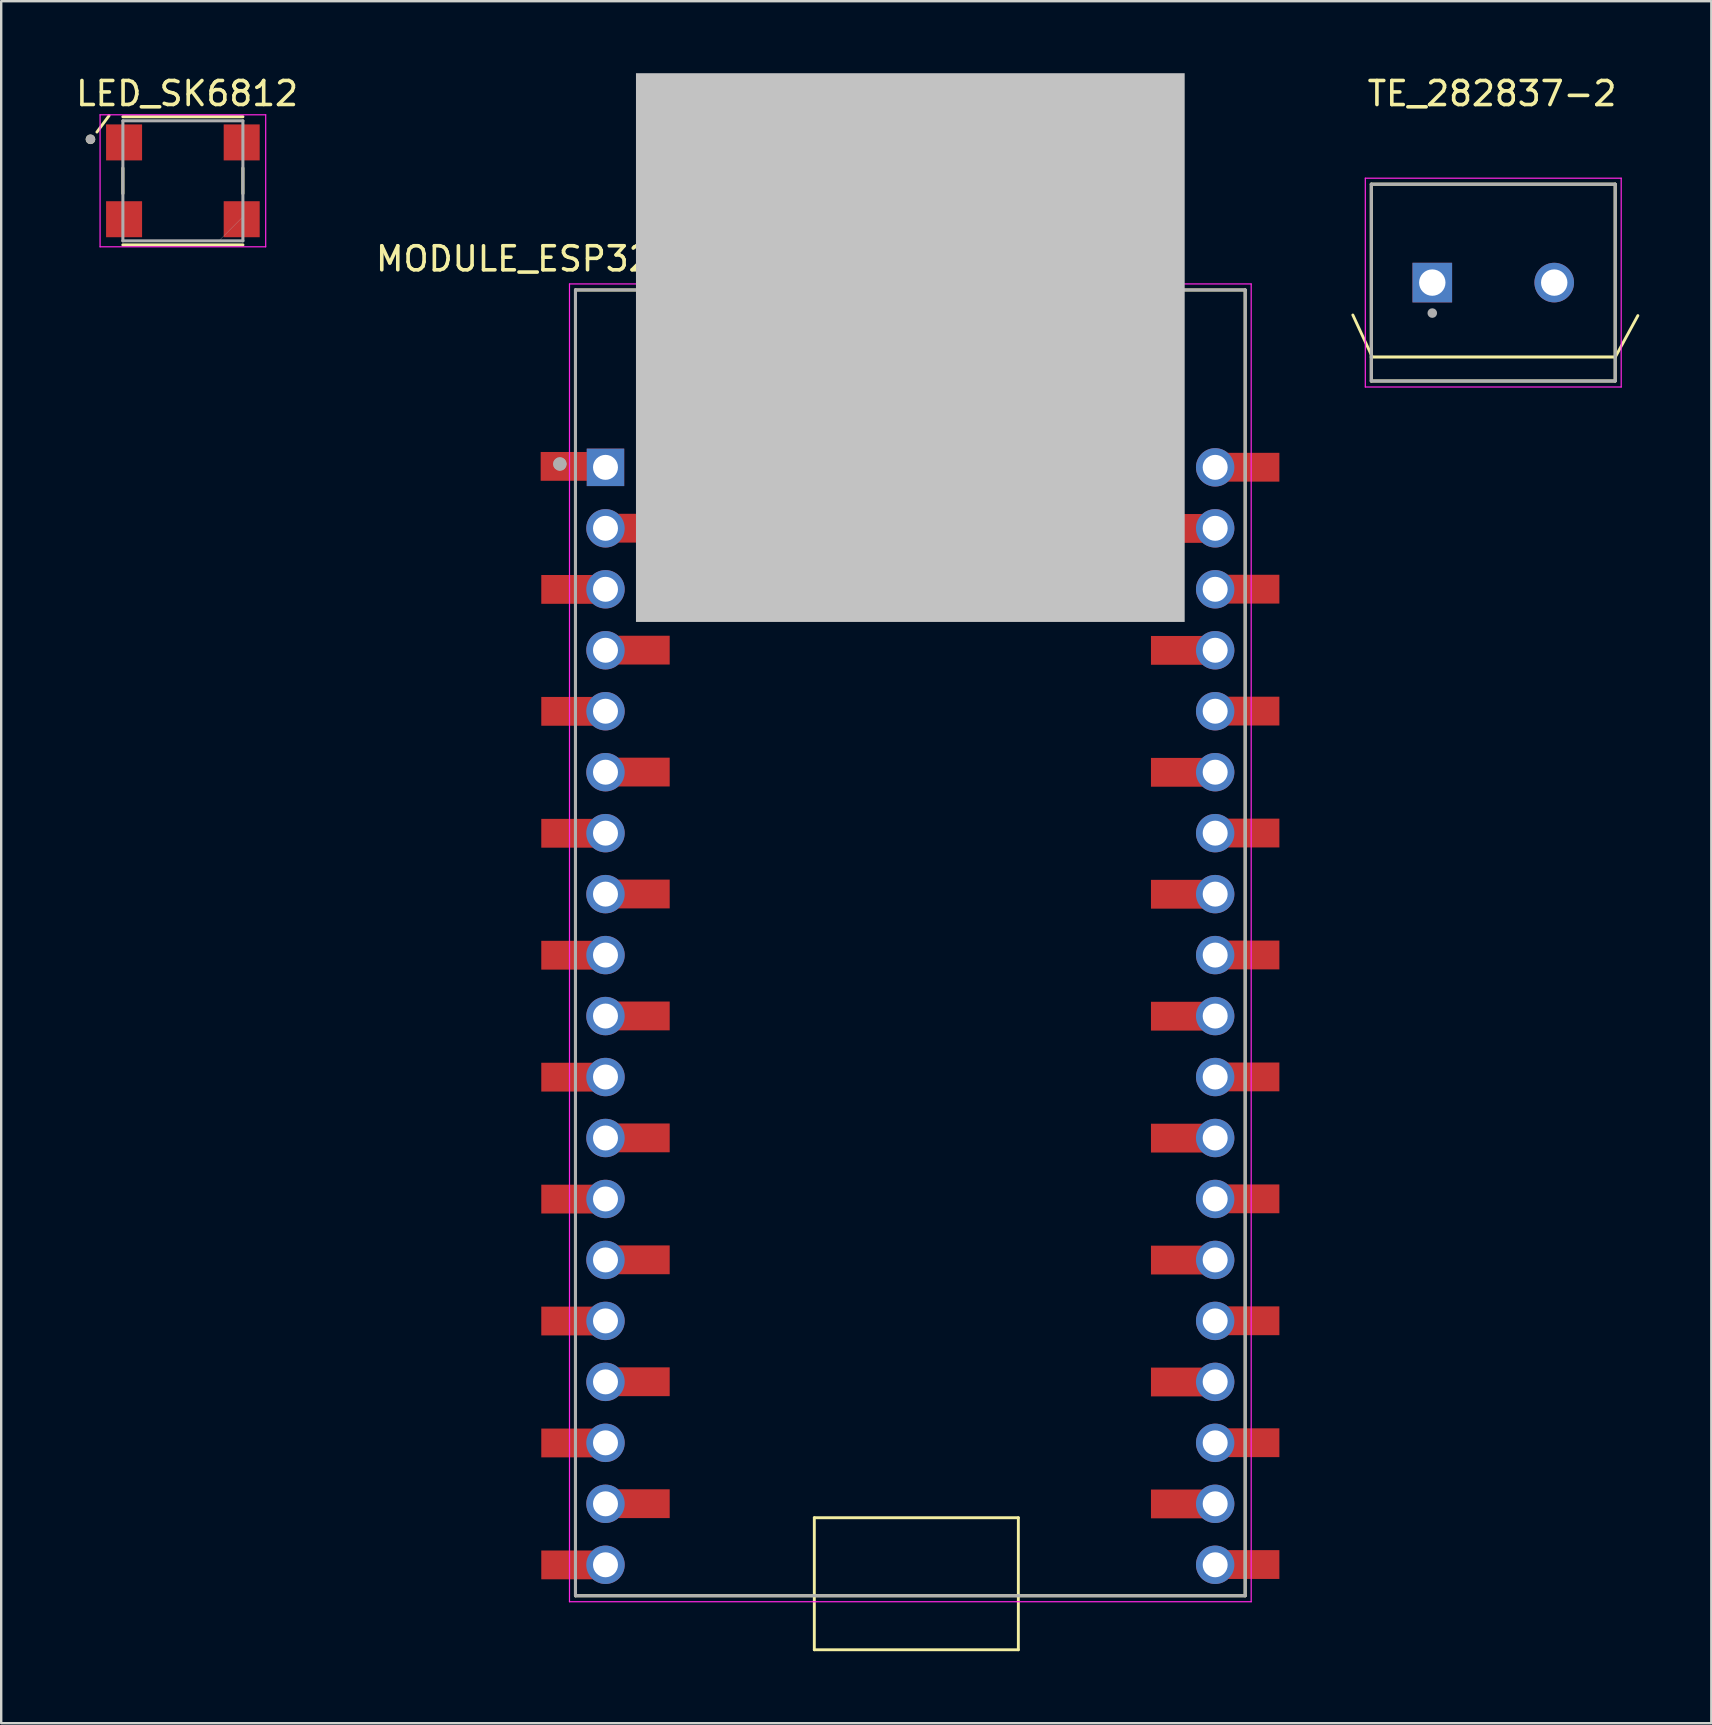
<source format=kicad_pcb>
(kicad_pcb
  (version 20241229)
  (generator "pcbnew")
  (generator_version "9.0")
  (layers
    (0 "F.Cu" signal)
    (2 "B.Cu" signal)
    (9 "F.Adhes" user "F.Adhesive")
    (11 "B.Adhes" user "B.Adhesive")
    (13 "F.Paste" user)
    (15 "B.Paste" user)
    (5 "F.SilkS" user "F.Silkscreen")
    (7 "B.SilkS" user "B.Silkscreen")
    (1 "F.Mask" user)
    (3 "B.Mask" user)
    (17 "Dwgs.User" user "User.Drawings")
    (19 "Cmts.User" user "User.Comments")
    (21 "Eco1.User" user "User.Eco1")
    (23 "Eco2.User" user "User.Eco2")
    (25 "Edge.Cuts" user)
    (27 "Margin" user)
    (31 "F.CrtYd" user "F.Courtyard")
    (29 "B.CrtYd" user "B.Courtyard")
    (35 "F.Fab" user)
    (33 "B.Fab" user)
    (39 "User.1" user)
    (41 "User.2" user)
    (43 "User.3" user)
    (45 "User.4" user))
  (footprint "MODULE_ESP32-DEVKITC-32D"
    (layer "F.Cu")
    (at 34.875 36.18)
    (property "Reference" "MODULE_ESP32-DEVKITC-32D" (at -10.829 -28.446 180) (layer "F.SilkS") (effects (font (size 1 1) (thickness 0.15))))
    (attr through_hole)
    (fp_line (start -13.95 -27.15) (end 13.95 -27.15) (stroke (width 0.127) (type solid)) (layer "F.SilkS"))
    (fp_line (start -13.95 27.25) (end -13.95 -27.15) (stroke (width 0.127) (type solid)) (layer "F.SilkS"))
    (fp_line (start -4 24) (end 4.5 24) (stroke (width 0.12) (type solid)) (layer "F.SilkS"))
    (fp_line (start -4 29.5) (end -4 24) (stroke (width 0.12) (type solid)) (layer "F.SilkS"))
    (fp_line (start 4.5 24) (end 4.5 29.5) (stroke (width 0.12) (type solid)) (layer "F.SilkS"))
    (fp_line (start 4.5 29.5) (end -4 29.5) (stroke (width 0.12) (type solid)) (layer "F.SilkS"))
    (fp_line (start 13.95 -27.15) (end 13.95 27.25) (stroke (width 0.127) (type solid)) (layer "F.SilkS"))
    (fp_line (start 13.95 27.25) (end -13.95 27.25) (stroke (width 0.127) (type solid)) (layer "F.SilkS"))
    (fp_line (start -14.2 -27.4) (end 14.2 -27.4) (stroke (width 0.05) (type solid)) (layer "F.CrtYd"))
    (fp_line (start -14.2 27.5) (end -14.2 -27.4) (stroke (width 0.05) (type solid)) (layer "F.CrtYd"))
    (fp_line (start 14.2 -27.4) (end 14.2 27.5) (stroke (width 0.05) (type solid)) (layer "F.CrtYd"))
    (fp_line (start 14.2 27.5) (end -14.2 27.5) (stroke (width 0.05) (type solid)) (layer "F.CrtYd"))
    (fp_line (start -13.95 -27.15) (end 13.95 -27.15) (stroke (width 0.127) (type solid)) (layer "F.Fab"))
    (fp_line (start -13.95 27.25) (end -13.95 -27.15) (stroke (width 0.127) (type solid)) (layer "F.Fab"))
    (fp_line (start 13.95 -27.15) (end 13.95 27.25) (stroke (width 0.127) (type solid)) (layer "F.Fab"))
    (fp_line (start 13.95 27.25) (end -13.95 27.25) (stroke (width 0.127) (type solid)) (layer "F.Fab"))
    (fp_circle (center -14.6 -19.9) (end -14.46 -19.9) (stroke (width 0.28) (type solid)) (fill no) (layer "F.Fab"))
    (fp_circle (center -14.6 -19.9) (end -14.46 -19.9) (stroke (width 0.28) (type solid)) (fill no) (layer "F.Fab"))
    (pad "" smd rect (at 0 -24.75) (size 22.86 22.86) (layers "Dwgs.User"))
    (pad "1" smd rect (at -14.4 -19.8 270) (size 1.2 2) (layers "F.Cu" "F.Mask" "F.Paste"))
    (pad "1" thru_hole rect (at -12.7 -19.76) (size 1.56 1.56) (drill 1.04) (layers "*.Cu" "*.Mask"))
    (pad "2" thru_hole circle (at -12.7 -17.22) (size 1.6 1.6) (drill 1.04) (layers "*.Cu" "*.Mask"))
    (pad "2" smd rect (at -11.1 -17.225 270) (size 1.2 2.15) (layers "F.Cu" "F.Mask" "F.Paste"))
    (pad "3" smd rect (at -14.3 -14.675 270) (size 1.2 2.15) (layers "F.Cu" "F.Mask" "F.Paste"))
    (pad "3" thru_hole circle (at -12.7 -14.68) (size 1.6 1.6) (drill 1.04) (layers "*.Cu" "*.Mask"))
    (pad "4" thru_hole circle (at -12.7 -12.14) (size 1.6 1.6) (drill 1.04) (layers "*.Cu" "*.Mask"))
    (pad "4" smd rect (at -11.1 -12.145 270) (size 1.2 2.15) (layers "F.Cu" "F.Mask" "F.Paste"))
    (pad "5" smd rect (at -14.3 -9.595 270) (size 1.2 2.15) (layers "F.Cu" "F.Mask" "F.Paste"))
    (pad "5" thru_hole circle (at -12.7 -9.6) (size 1.6 1.6) (drill 1.04) (layers "*.Cu" "*.Mask"))
    (pad "6" thru_hole circle (at -12.7 -7.06) (size 1.6 1.6) (drill 1.04) (layers "*.Cu" "*.Mask"))
    (pad "6" smd rect (at -11.1 -7.065 270) (size 1.2 2.15) (layers "F.Cu" "F.Mask" "F.Paste"))
    (pad "7" smd rect (at -14.3 -4.515 270) (size 1.2 2.15) (layers "F.Cu" "F.Mask" "F.Paste"))
    (pad "7" thru_hole circle (at -12.7 -4.52) (size 1.6 1.6) (drill 1.04) (layers "*.Cu" "*.Mask"))
    (pad "8" thru_hole circle (at -12.7 -1.98) (size 1.6 1.6) (drill 1.04) (layers "*.Cu" "*.Mask"))
    (pad "8" smd rect (at -11.1 -1.985 270) (size 1.2 2.15) (layers "F.Cu" "F.Mask" "F.Paste"))
    (pad "9" smd rect (at -14.3 0.565 270) (size 1.2 2.15) (layers "F.Cu" "F.Mask" "F.Paste"))
    (pad "9" thru_hole circle (at -12.7 0.56) (size 1.6 1.6) (drill 1.04) (layers "*.Cu" "*.Mask"))
    (pad "10" thru_hole circle (at -12.7 3.1) (size 1.6 1.6) (drill 1.04) (layers "*.Cu" "*.Mask"))
    (pad "10" smd rect (at -11.1 3.095 270) (size 1.2 2.15) (layers "F.Cu" "F.Mask" "F.Paste"))
    (pad "11" smd rect (at -14.3 5.645 270) (size 1.2 2.15) (layers "F.Cu" "F.Mask" "F.Paste"))
    (pad "11" thru_hole circle (at -12.7 5.64) (size 1.6 1.6) (drill 1.04) (layers "*.Cu" "*.Mask"))
    (pad "12" thru_hole circle (at -12.7 8.18) (size 1.6 1.6) (drill 1.04) (layers "*.Cu" "*.Mask"))
    (pad "12" smd rect (at -11.1 8.175 270) (size 1.2 2.15) (layers "F.Cu" "F.Mask" "F.Paste"))
    (pad "13" smd rect (at -14.3 10.725 270) (size 1.2 2.15) (layers "F.Cu" "F.Mask" "F.Paste"))
    (pad "13" thru_hole circle (at -12.7 10.72) (size 1.6 1.6) (drill 1.04) (layers "*.Cu" "*.Mask"))
    (pad "14" thru_hole circle (at -12.7 13.26) (size 1.6 1.6) (drill 1.04) (layers "*.Cu" "*.Mask"))
    (pad "14" smd rect (at -11.1 13.255 270) (size 1.2 2.15) (layers "F.Cu" "F.Mask" "F.Paste"))
    (pad "15" smd rect (at -14.3 15.805 270) (size 1.2 2.15) (layers "F.Cu" "F.Mask" "F.Paste"))
    (pad "15" thru_hole circle (at -12.7 15.8) (size 1.6 1.6) (drill 1.04) (layers "*.Cu" "*.Mask"))
    (pad "16" thru_hole circle (at -12.7 18.34) (size 1.6 1.6) (drill 1.04) (layers "*.Cu" "*.Mask"))
    (pad "16" smd rect (at -11.1 18.335 270) (size 1.2 2.15) (layers "F.Cu" "F.Mask" "F.Paste"))
    (pad "17" smd rect (at -14.3 20.885 270) (size 1.2 2.15) (layers "F.Cu" "F.Mask" "F.Paste"))
    (pad "17" thru_hole circle (at -12.7 20.88) (size 1.6 1.6) (drill 1.04) (layers "*.Cu" "*.Mask"))
    (pad "18" thru_hole circle (at -12.7 23.42) (size 1.6 1.6) (drill 1.04) (layers "*.Cu" "*.Mask"))
    (pad "18" smd rect (at -11.1 23.415 270) (size 1.2 2.15) (layers "F.Cu" "F.Mask" "F.Paste"))
    (pad "19" smd rect (at -14.3 25.965 270) (size 1.2 2.15) (layers "F.Cu" "F.Mask" "F.Paste"))
    (pad "19" thru_hole circle (at -12.7 25.96) (size 1.6 1.6) (drill 1.04) (layers "*.Cu" "*.Mask"))
    (pad "20" thru_hole circle (at 12.7 -19.76) (size 1.6 1.6) (drill 1.04) (layers "*.Cu" "*.Mask"))
    (pad "20" smd rect (at 14.3 -19.765 90) (size 1.2 2.15) (layers "F.Cu" "F.Mask" "F.Paste"))
    (pad "21" smd rect (at 11.1 -17.215 90) (size 1.2 2.15) (layers "F.Cu" "F.Mask" "F.Paste"))
    (pad "21" thru_hole circle (at 12.7 -17.22) (size 1.6 1.6) (drill 1.04) (layers "*.Cu" "*.Mask"))
    (pad "22" thru_hole circle (at 12.7 -14.68) (size 1.6 1.6) (drill 1.04) (layers "*.Cu" "*.Mask"))
    (pad "22" smd rect (at 14.3 -14.685 90) (size 1.2 2.15) (layers "F.Cu" "F.Mask" "F.Paste"))
    (pad "23" smd rect (at 11.1 -12.135 90) (size 1.2 2.15) (layers "F.Cu" "F.Mask" "F.Paste"))
    (pad "23" thru_hole circle (at 12.7 -12.14) (size 1.6 1.6) (drill 1.04) (layers "*.Cu" "*.Mask"))
    (pad "24" thru_hole circle (at 12.7 -9.6) (size 1.6 1.6) (drill 1.04) (layers "*.Cu" "*.Mask"))
    (pad "24" smd rect (at 14.3 -9.605 90) (size 1.2 2.15) (layers "F.Cu" "F.Mask" "F.Paste"))
    (pad "25" smd rect (at 11.1 -7.055 90) (size 1.2 2.15) (layers "F.Cu" "F.Mask" "F.Paste"))
    (pad "25" thru_hole circle (at 12.7 -7.06) (size 1.6 1.6) (drill 1.04) (layers "*.Cu" "*.Mask"))
    (pad "26" thru_hole circle (at 12.7 -4.52) (size 1.6 1.6) (drill 1.04) (layers "*.Cu" "*.Mask"))
    (pad "26" smd rect (at 14.3 -4.525 90) (size 1.2 2.15) (layers "F.Cu" "F.Mask" "F.Paste"))
    (pad "27" smd rect (at 11.1 -1.975 90) (size 1.2 2.15) (layers "F.Cu" "F.Mask" "F.Paste"))
    (pad "27" thru_hole circle (at 12.7 -1.98) (size 1.6 1.6) (drill 1.04) (layers "*.Cu" "*.Mask"))
    (pad "28" thru_hole circle (at 12.7 0.56) (size 1.6 1.6) (drill 1.04) (layers "*.Cu" "*.Mask"))
    (pad "28" smd rect (at 14.3 0.555 90) (size 1.2 2.15) (layers "F.Cu" "F.Mask" "F.Paste"))
    (pad "29" smd rect (at 11.1 3.105 90) (size 1.2 2.15) (layers "F.Cu" "F.Mask" "F.Paste"))
    (pad "29" thru_hole circle (at 12.7 3.1) (size 1.6 1.6) (drill 1.04) (layers "*.Cu" "*.Mask"))
    (pad "30" thru_hole circle (at 12.7 5.64) (size 1.6 1.6) (drill 1.04) (layers "*.Cu" "*.Mask"))
    (pad "30" smd rect (at 14.3 5.635 90) (size 1.2 2.15) (layers "F.Cu" "F.Mask" "F.Paste"))
    (pad "31" smd rect (at 11.1 8.185 90) (size 1.2 2.15) (layers "F.Cu" "F.Mask" "F.Paste"))
    (pad "31" thru_hole circle (at 12.7 8.18) (size 1.6 1.6) (drill 1.04) (layers "*.Cu" "*.Mask"))
    (pad "32" thru_hole circle (at 12.7 10.72) (size 1.6 1.6) (drill 1.04) (layers "*.Cu" "*.Mask"))
    (pad "32" smd rect (at 14.3 10.715 90) (size 1.2 2.15) (layers "F.Cu" "F.Mask" "F.Paste"))
    (pad "33" smd rect (at 11.1 13.265 90) (size 1.2 2.15) (layers "F.Cu" "F.Mask" "F.Paste"))
    (pad "33" thru_hole circle (at 12.7 13.26) (size 1.6 1.6) (drill 1.04) (layers "*.Cu" "*.Mask"))
    (pad "34" thru_hole circle (at 12.7 15.8) (size 1.6 1.6) (drill 1.04) (layers "*.Cu" "*.Mask"))
    (pad "34" smd rect (at 14.3 15.795 90) (size 1.2 2.15) (layers "F.Cu" "F.Mask" "F.Paste"))
    (pad "35" smd rect (at 11.1 18.345 90) (size 1.2 2.15) (layers "F.Cu" "F.Mask" "F.Paste"))
    (pad "35" thru_hole circle (at 12.7 18.34) (size 1.6 1.6) (drill 1.04) (layers "*.Cu" "*.Mask"))
    (pad "36" thru_hole circle (at 12.7 20.88) (size 1.6 1.6) (drill 1.04) (layers "*.Cu" "*.Mask"))
    (pad "36" smd rect (at 14.3 20.875 90) (size 1.2 2.15) (layers "F.Cu" "F.Mask" "F.Paste"))
    (pad "37" smd rect (at 11.1 23.425 90) (size 1.2 2.15) (layers "F.Cu" "F.Mask" "F.Paste"))
    (pad "37" thru_hole circle (at 12.7 23.42) (size 1.6 1.6) (drill 1.04) (layers "*.Cu" "*.Mask"))
    (pad "38" thru_hole circle (at 12.7 25.96) (size 1.6 1.6) (drill 1.04) (layers "*.Cu" "*.Mask"))
    (pad "38" smd rect (at 14.3 25.95 90) (size 1.2 2.15) (layers "F.Cu" "F.Mask" "F.Paste")))
  (footprint "TE_282837-2"
    (layer "F.Cu")
    (at 59.16 8.723)
    (property "Reference" "TE_282837-2" (at -0.051 -7.874 0) (layer "F.SilkS") (effects (font (size 1.002 1.002) (thickness 0.15))))
    (attr through_hole)
    (fp_line (start -5.08 -4.1) (end 5.08 -4.1) (stroke (width 0.127) (type solid)) (layer "F.SilkS"))
    (fp_line (start -5.08 3.1) (end -5.08 -4.1) (stroke (width 0.127) (type solid)) (layer "F.SilkS"))
    (fp_line (start -5.08 3.1) (end 5.08 3.1) (stroke (width 0.127) (type solid)) (layer "F.SilkS"))
    (fp_line (start -5.08 4.1) (end -5.08 3.1) (stroke (width 0.127) (type solid)) (layer "F.SilkS"))
    (fp_line (start -5.05 3.075) (end -5.85 1.35) (stroke (width 0.12) (type solid)) (layer "F.SilkS"))
    (fp_line (start 5.08 -4.1) (end 5.08 3.1) (stroke (width 0.127) (type solid)) (layer "F.SilkS"))
    (fp_line (start 5.08 3.1) (end 5.08 4.1) (stroke (width 0.127) (type solid)) (layer "F.SilkS"))
    (fp_line (start 5.08 4.1) (end -5.08 4.1) (stroke (width 0.127) (type solid)) (layer "F.SilkS"))
    (fp_line (start 5.1 3.075) (end 6.025 1.375) (stroke (width 0.12) (type solid)) (layer "F.SilkS"))
    (fp_line (start -5.33 -4.35) (end 5.33 -4.35) (stroke (width 0.05) (type solid)) (layer "F.CrtYd"))
    (fp_line (start -5.33 4.35) (end -5.33 -4.35) (stroke (width 0.05) (type solid)) (layer "F.CrtYd"))
    (fp_line (start 5.33 -4.35) (end 5.33 4.35) (stroke (width 0.05) (type solid)) (layer "F.CrtYd"))
    (fp_line (start 5.33 4.35) (end -5.33 4.35) (stroke (width 0.05) (type solid)) (layer "F.CrtYd"))
    (fp_line (start -5.08 -4.1) (end 5.08 -4.1) (stroke (width 0.127) (type solid)) (layer "F.Fab"))
    (fp_line (start -5.08 4.1) (end -5.08 -4.1) (stroke (width 0.127) (type solid)) (layer "F.Fab"))
    (fp_line (start 5.08 -4.1) (end 5.08 4.1) (stroke (width 0.127) (type solid)) (layer "F.Fab"))
    (fp_line (start 5.08 4.1) (end -5.08 4.1) (stroke (width 0.127) (type solid)) (layer "F.Fab"))
    (fp_circle (center -2.54 1.27) (end -2.44 1.27) (stroke (width 0.2) (type solid)) (fill no) (layer "F.Fab"))
    (pad "1" thru_hole rect (at -2.54 0) (size 1.65 1.65) (drill 1.1) (layers "*.Cu" "*.Mask"))
    (pad "2" thru_hole circle (at 2.54 0) (size 1.65 1.65) (drill 1.1) (layers "*.Cu" "*.Mask")))
  (footprint "LED_SK6812"
    (layer "F.Cu")
    (at 4.569 4.483)
    (property "Reference" "LED_SK6812" (at 0.175 -3.635 0) (layer "F.SilkS") (effects (font (size 1 1) (thickness 0.15))))
    (attr through_hole)
    (fp_line (start -3.581 -2.032) (end -3.073 -2.718) (stroke (width 0.12) (type solid)) (layer "F.SilkS"))
    (fp_line (start -2.5 -2.67) (end 2.5 -2.67) (stroke (width 0.127) (type solid)) (layer "F.SilkS"))
    (fp_line (start -2.5 -0.53) (end -2.5 0.53) (stroke (width 0.127) (type solid)) (layer "F.SilkS"))
    (fp_line (start -2.5 2.67) (end 2.5 2.67) (stroke (width 0.127) (type solid)) (layer "F.SilkS"))
    (fp_line (start 2.5 -0.53) (end 2.5 0.53) (stroke (width 0.127) (type solid)) (layer "F.SilkS"))
    (fp_circle (center -3.85 -1.73) (end -3.75 -1.73) (stroke (width 0.2) (type solid)) (fill no) (layer "F.SilkS"))
    (fp_line (start -3.45 -2.75) (end 3.45 -2.75) (stroke (width 0.05) (type solid)) (layer "F.CrtYd"))
    (fp_line (start -3.45 2.75) (end -3.45 -2.75) (stroke (width 0.05) (type solid)) (layer "F.CrtYd"))
    (fp_line (start 3.45 -2.75) (end 3.45 2.75) (stroke (width 0.05) (type solid)) (layer "F.CrtYd"))
    (fp_line (start 3.45 2.75) (end -3.45 2.75) (stroke (width 0.05) (type solid)) (layer "F.CrtYd"))
    (fp_line (start -2.5 -2.5) (end 2.5 -2.5) (stroke (width 0.127) (type solid)) (layer "F.Fab"))
    (fp_line (start -2.5 2.5) (end -2.5 -2.5) (stroke (width 0.127) (type solid)) (layer "F.Fab"))
    (fp_line (start 2.5 -2.5) (end 2.5 2.5) (stroke (width 0.127) (type solid)) (layer "F.Fab"))
    (fp_line (start 2.5 2.5) (end -2.5 2.5) (stroke (width 0.127) (type solid)) (layer "F.Fab"))
    (fp_circle (center -3.85 -1.73) (end -3.75 -1.73) (stroke (width 0.2) (type solid)) (fill no) (layer "F.Fab"))
    (fp_poly (pts (xy 2.5 2.5) (xy 1.5 2.5) (xy 2.5 1.5)) (stroke (width 0.01) (type solid)) (fill no) (layer "F.Fab"))
    (pad "1" smd rect (at -2.45 -1.6) (size 1.5 1.5) (layers "F.Cu" "F.Mask" "F.Paste"))
    (pad "2" smd rect (at -2.45 1.6) (size 1.5 1.5) (layers "F.Cu" "F.Mask" "F.Paste"))
    (pad "3" smd rect (at 2.45 1.6) (size 1.5 1.5) (layers "F.Cu" "F.Mask" "F.Paste"))
    (pad "4" smd rect (at 2.45 -1.6) (size 1.5 1.5) (layers "F.Cu" "F.Mask" "F.Paste")))
  (gr_rect
    (start -3 -3)
    (end 68.245 68.74)
    (stroke (width 0.1) (type default))
    (fill no)
    (layer "Edge.Cuts")))
</source>
